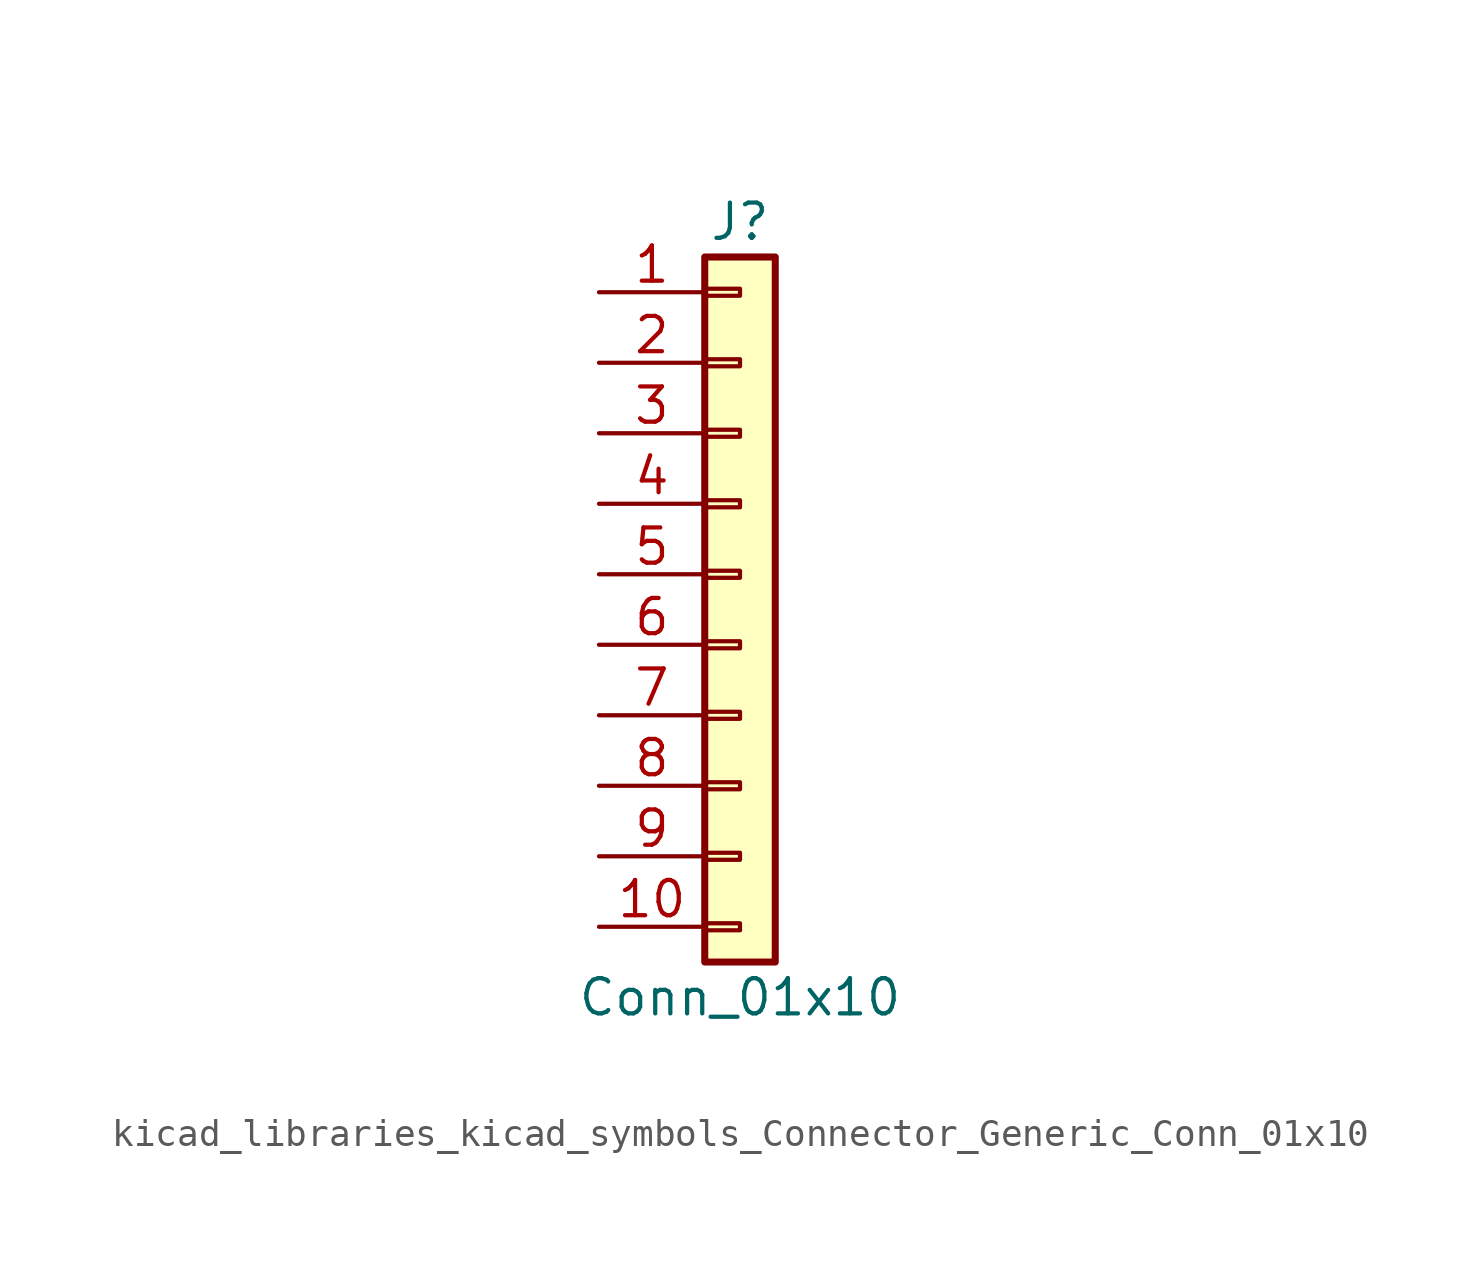
<source format=kicad_sym>
(kicad_symbol_lib
  (version 20220914)
  (generator kicad_symbol_editor)
  (symbol "kicad_libraries_kicad_symbols_Connector_Generic_Conn_01x10"
    (pin_names
      (offset 1.016) hide)
    (property "Reference" "J"
      (at 0 12.7 0)
      (effects (font (size 1.27 1.27))))
    (property "Value" "Conn_01x10"
      (at 0 -15.24 0)
      (effects (font (size 1.27 1.27))))
    (symbol "kicad_libraries_kicad_symbols_Connector_Generic_Conn_01x10_1_1"
      (rectangle (start -1.27 -12.573) (end 0 -12.827) (stroke (width 0.152) (type default)) (fill (type none)))
      (rectangle (start -1.27 -10.033) (end 0 -10.287) (stroke (width 0.152) (type default)) (fill (type none)))
      (rectangle (start -1.27 -7.493) (end 0 -7.747) (stroke (width 0.152) (type default)) (fill (type none)))
      (rectangle (start -1.27 -4.953) (end 0 -5.207) (stroke (width 0.152) (type default)) (fill (type none)))
      (rectangle (start -1.27 -2.413) (end 0 -2.667) (stroke (width 0.152) (type default)) (fill (type none)))
      (rectangle (start -1.27 0.127) (end 0 -0.127) (stroke (width 0.152) (type default)) (fill (type none)))
      (rectangle (start -1.27 2.667) (end 0 2.413) (stroke (width 0.152) (type default)) (fill (type none)))
      (rectangle (start -1.27 5.207) (end 0 4.953) (stroke (width 0.152) (type default)) (fill (type none)))
      (rectangle (start -1.27 7.747) (end 0 7.493) (stroke (width 0.152) (type default)) (fill (type none)))
      (rectangle (start -1.27 10.287) (end 0 10.033) (stroke (width 0.152) (type default)) (fill (type none)))
      (rectangle (start -1.27 11.43) (end 1.27 -13.97) (stroke (width 0.254) (type default)) (fill (type background)))
      (pin passive line (at -5.08 10.16 0) (length 3.81) (name "Pin_1" (effects (font (size 1.27 1.27)))) (number "1" (effects (font (size 1.27 1.27)))))
      (pin passive line (at -5.08 -12.7 0) (length 3.81) (name "Pin_10" (effects (font (size 1.27 1.27)))) (number "10" (effects (font (size 1.27 1.27)))))
      (pin passive line (at -5.08 7.62 0) (length 3.81) (name "Pin_2" (effects (font (size 1.27 1.27)))) (number "2" (effects (font (size 1.27 1.27)))))
      (pin passive line (at -5.08 5.08 0) (length 3.81) (name "Pin_3" (effects (font (size 1.27 1.27)))) (number "3" (effects (font (size 1.27 1.27)))))
      (pin passive line (at -5.08 2.54 0) (length 3.81) (name "Pin_4" (effects (font (size 1.27 1.27)))) (number "4" (effects (font (size 1.27 1.27)))))
      (pin passive line (at -5.08 0 0) (length 3.81) (name "Pin_5" (effects (font (size 1.27 1.27)))) (number "5" (effects (font (size 1.27 1.27)))))
      (pin passive line (at -5.08 -2.54 0) (length 3.81) (name "Pin_6" (effects (font (size 1.27 1.27)))) (number "6" (effects (font (size 1.27 1.27)))))
      (pin passive line (at -5.08 -5.08 0) (length 3.81) (name "Pin_7" (effects (font (size 1.27 1.27)))) (number "7" (effects (font (size 1.27 1.27)))))
      (pin passive line (at -5.08 -7.62 0) (length 3.81) (name "Pin_8" (effects (font (size 1.27 1.27)))) (number "8" (effects (font (size 1.27 1.27)))))
      (pin passive line (at -5.08 -10.16 0) (length 3.81) (name "Pin_9" (effects (font (size 1.27 1.27)))) (number "9" (effects (font (size 1.27 1.27))))))))
</source>
